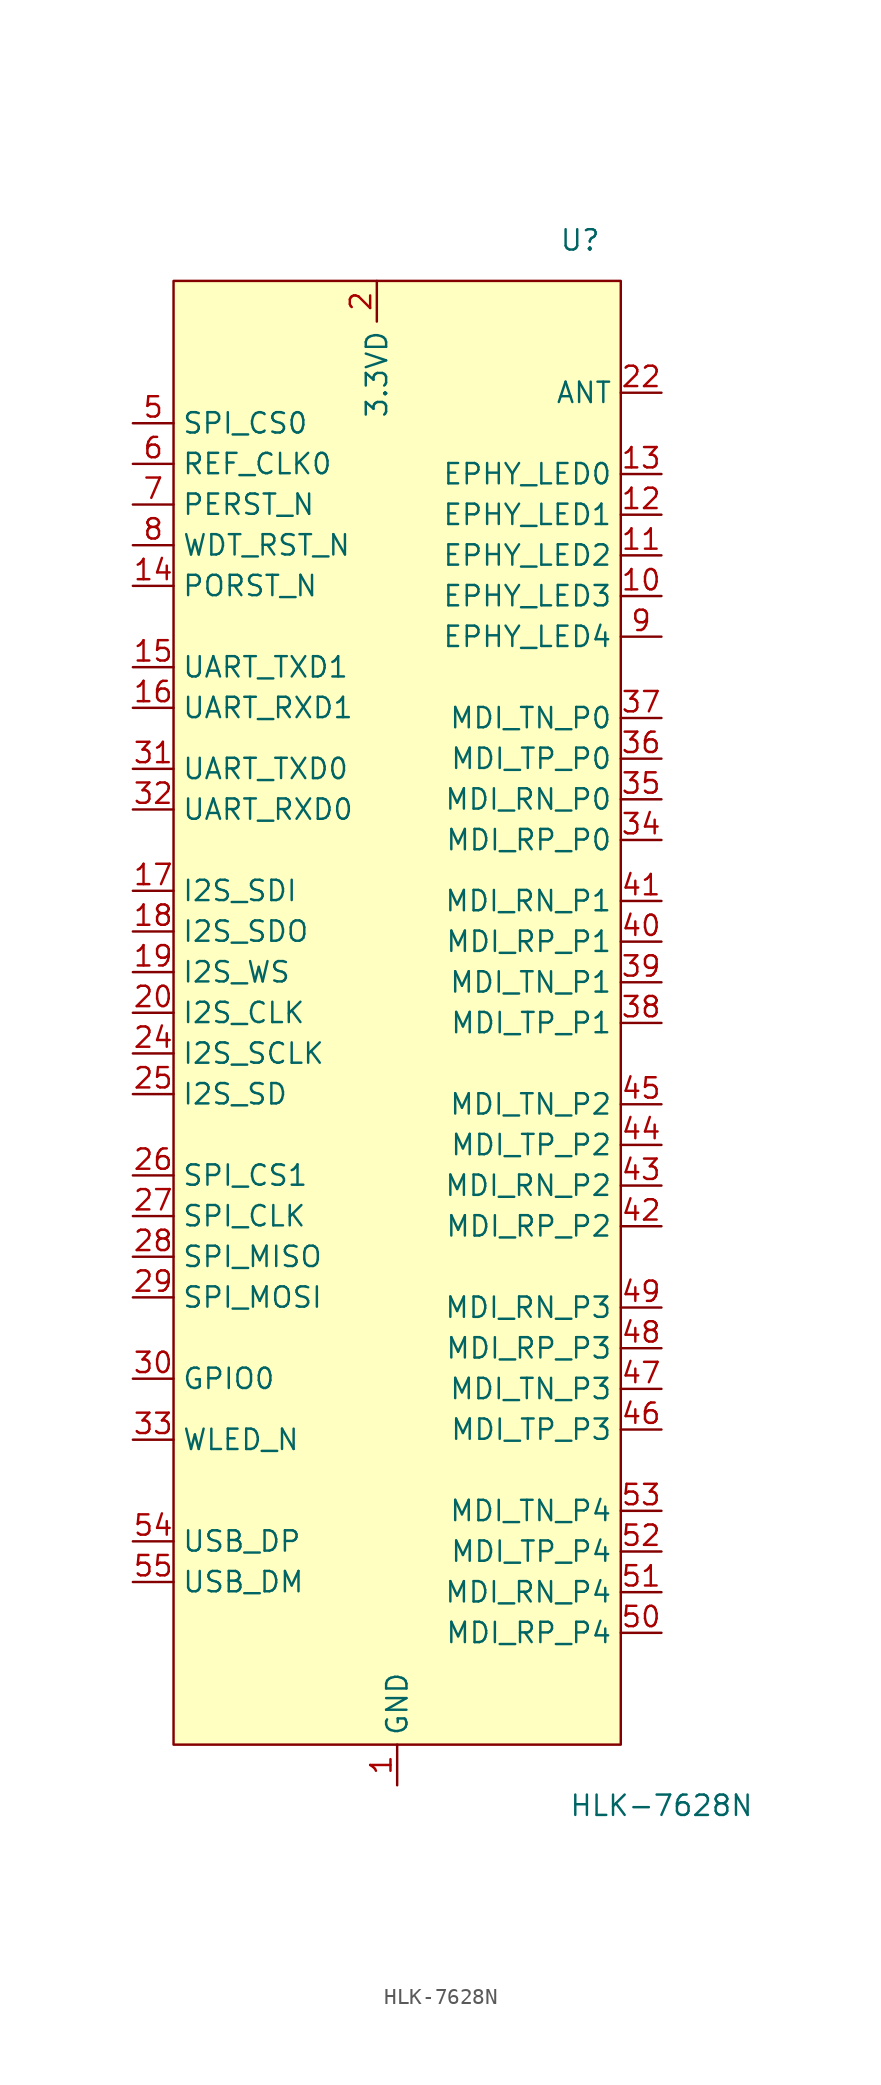
<source format=kicad_sym>
(kicad_symbol_lib
  (version 20231120)
  (generator "kicad_symbol_editor")
  (generator_version "8.0")
  (symbol "HLK-7628N"
    (property "Reference" "U"
      (at 11.43 48.26 0)
      (effects (font (size 1.27 1.27))))
    (property "Value" "HLK-7628N"
      (at 16.51 -49.53 0)
      (effects (font (size 1.27 1.27))))
    (symbol "HLK-7628N_1_1"
      (rectangle (start -13.97 45.72) (end 13.97 -45.72) (stroke (width 0) (type default)) (fill (type background)))
      (pin power_in line (at 0 -48.26 90) (length 2.54) (name "GND" (effects (font (size 1.27 1.27)))) (number "1" (effects (font (size 1.27 1.27)))))
      (pin bidirectional line (at 16.51 26.035 180) (length 2.54) (name "EPHY_LED3" (effects (font (size 1.27 1.27)))) (number "10" (effects (font (size 1.27 1.27)))))
      (pin bidirectional line (at 16.51 28.575 180) (length 2.54) (name "EPHY_LED2" (effects (font (size 1.27 1.27)))) (number "11" (effects (font (size 1.27 1.27)))))
      (pin bidirectional line (at 16.51 31.115 180) (length 2.54) (name "EPHY_LED1" (effects (font (size 1.27 1.27)))) (number "12" (effects (font (size 1.27 1.27)))))
      (pin bidirectional line (at 16.51 33.655 180) (length 2.54) (name "EPHY_LED0" (effects (font (size 1.27 1.27)))) (number "13" (effects (font (size 1.27 1.27)))))
      (pin bidirectional line (at -16.51 26.67 0) (length 2.54) (name "PORST_N" (effects (font (size 1.27 1.27)))) (number "14" (effects (font (size 1.27 1.27)))))
      (pin output line (at -16.51 21.59 0) (length 2.54) (name "UART_TXD1" (effects (font (size 1.27 1.27)))) (number "15" (effects (font (size 1.27 1.27)))))
      (pin bidirectional line (at -16.51 19.05 0) (length 2.54) (name "UART_RXD1" (effects (font (size 1.27 1.27)))) (number "16" (effects (font (size 1.27 1.27)))))
      (pin bidirectional line (at -16.51 7.62 0) (length 2.54) (name "I2S_SDI" (effects (font (size 1.27 1.27)))) (number "17" (effects (font (size 1.27 1.27)))))
      (pin bidirectional line (at -16.51 5.08 0) (length 2.54) (name "I2S_SDO" (effects (font (size 1.27 1.27)))) (number "18" (effects (font (size 1.27 1.27)))))
      (pin bidirectional line (at -16.51 2.54 0) (length 2.54) (name "I2S_WS" (effects (font (size 1.27 1.27)))) (number "19" (effects (font (size 1.27 1.27)))))
      (pin power_in line (at -1.27 45.72 270) (length 2.54) (name "3.3VD" (effects (font (size 1.27 1.27)))) (number "2" (effects (font (size 1.27 1.27)))))
      (pin bidirectional line (at -16.51 0 0) (length 2.54) (name "I2S_CLK" (effects (font (size 1.27 1.27)))) (number "20" (effects (font (size 1.27 1.27)))))
      (pin power_in line (at 0 -48.26 90) (length 2.54) hide (name "GND" (effects (font (size 1.27 1.27)))) (number "21" (effects (font (size 1.27 1.27)))))
      (pin bidirectional line (at 16.51 38.735 180) (length 2.54) (name "ANT" (effects (font (size 1.27 1.27)))) (number "22" (effects (font (size 1.27 1.27)))))
      (pin power_in line (at 0 -48.26 90) (length 2.54) hide (name "GND" (effects (font (size 1.27 1.27)))) (number "23" (effects (font (size 1.27 1.27)))))
      (pin bidirectional line (at -16.51 -2.54 0) (length 2.54) (name "I2S_SCLK" (effects (font (size 1.27 1.27)))) (number "24" (effects (font (size 1.27 1.27)))))
      (pin bidirectional line (at -16.51 -5.08 0) (length 2.54) (name "I2S_SD" (effects (font (size 1.27 1.27)))) (number "25" (effects (font (size 1.27 1.27)))))
      (pin bidirectional line (at -16.51 -10.16 0) (length 2.54) (name "SPI_CS1" (effects (font (size 1.27 1.27)))) (number "26" (effects (font (size 1.27 1.27)))))
      (pin bidirectional line (at -16.51 -12.7 0) (length 2.54) (name "SPI_CLK" (effects (font (size 1.27 1.27)))) (number "27" (effects (font (size 1.27 1.27)))))
      (pin bidirectional line (at -16.51 -15.24 0) (length 2.54) (name "SPI_MISO" (effects (font (size 1.27 1.27)))) (number "28" (effects (font (size 1.27 1.27)))))
      (pin bidirectional line (at -16.51 -17.78 0) (length 2.54) (name "SPI_MOSI" (effects (font (size 1.27 1.27)))) (number "29" (effects (font (size 1.27 1.27)))))
      (pin power_in line (at -1.27 45.72 270) (length 2.54) hide (name "3.3VD" (effects (font (size 1.27 1.27)))) (number "3" (effects (font (size 1.27 1.27)))))
      (pin bidirectional line (at -16.51 -22.86 0) (length 2.54) (name "GPIO0" (effects (font (size 1.27 1.27)))) (number "30" (effects (font (size 1.27 1.27)))))
      (pin output line (at -16.51 15.24 0) (length 2.54) (name "UART_TXD0" (effects (font (size 1.27 1.27)))) (number "31" (effects (font (size 1.27 1.27)))))
      (pin bidirectional line (at -16.51 12.7 0) (length 2.54) (name "UART_RXD0" (effects (font (size 1.27 1.27)))) (number "32" (effects (font (size 1.27 1.27)))))
      (pin bidirectional line (at -16.51 -26.67 0) (length 2.54) (name "WLED_N" (effects (font (size 1.27 1.27)))) (number "33" (effects (font (size 1.27 1.27)))))
      (pin bidirectional line (at 16.51 10.795 180) (length 2.54) (name "MDI_RP_P0" (effects (font (size 1.27 1.27)))) (number "34" (effects (font (size 1.27 1.27)))))
      (pin bidirectional line (at 16.51 13.335 180) (length 2.54) (name "MDI_RN_P0" (effects (font (size 1.27 1.27)))) (number "35" (effects (font (size 1.27 1.27)))))
      (pin bidirectional line (at 16.51 15.875 180) (length 2.54) (name "MDI_TP_P0" (effects (font (size 1.27 1.27)))) (number "36" (effects (font (size 1.27 1.27)))))
      (pin bidirectional line (at 16.51 18.415 180) (length 2.54) (name "MDI_TN_P0" (effects (font (size 1.27 1.27)))) (number "37" (effects (font (size 1.27 1.27)))))
      (pin bidirectional line (at 16.51 -0.635 180) (length 2.54) (name "MDI_TP_P1" (effects (font (size 1.27 1.27)))) (number "38" (effects (font (size 1.27 1.27)))))
      (pin bidirectional line (at 16.51 1.905 180) (length 2.54) (name "MDI_TN_P1" (effects (font (size 1.27 1.27)))) (number "39" (effects (font (size 1.27 1.27)))))
      (pin power_in line (at 0 -48.26 90) (length 2.54) hide (name "GND" (effects (font (size 1.27 1.27)))) (number "4" (effects (font (size 1.27 1.27)))))
      (pin bidirectional line (at 16.51 4.445 180) (length 2.54) (name "MDI_RP_P1" (effects (font (size 1.27 1.27)))) (number "40" (effects (font (size 1.27 1.27)))))
      (pin bidirectional line (at 16.51 6.985 180) (length 2.54) (name "MDI_RN_P1" (effects (font (size 1.27 1.27)))) (number "41" (effects (font (size 1.27 1.27)))))
      (pin bidirectional line (at 16.51 -13.335 180) (length 2.54) (name "MDI_RP_P2" (effects (font (size 1.27 1.27)))) (number "42" (effects (font (size 1.27 1.27)))))
      (pin bidirectional line (at 16.51 -10.795 180) (length 2.54) (name "MDI_RN_P2" (effects (font (size 1.27 1.27)))) (number "43" (effects (font (size 1.27 1.27)))))
      (pin bidirectional line (at 16.51 -8.255 180) (length 2.54) (name "MDI_TP_P2" (effects (font (size 1.27 1.27)))) (number "44" (effects (font (size 1.27 1.27)))))
      (pin bidirectional line (at 16.51 -5.715 180) (length 2.54) (name "MDI_TN_P2" (effects (font (size 1.27 1.27)))) (number "45" (effects (font (size 1.27 1.27)))))
      (pin bidirectional line (at 16.51 -26.035 180) (length 2.54) (name "MDI_TP_P3" (effects (font (size 1.27 1.27)))) (number "46" (effects (font (size 1.27 1.27)))))
      (pin bidirectional line (at 16.51 -23.495 180) (length 2.54) (name "MDI_TN_P3" (effects (font (size 1.27 1.27)))) (number "47" (effects (font (size 1.27 1.27)))))
      (pin bidirectional line (at 16.51 -20.955 180) (length 2.54) (name "MDI_RP_P3" (effects (font (size 1.27 1.27)))) (number "48" (effects (font (size 1.27 1.27)))))
      (pin bidirectional line (at 16.51 -18.415 180) (length 2.54) (name "MDI_RN_P3" (effects (font (size 1.27 1.27)))) (number "49" (effects (font (size 1.27 1.27)))))
      (pin bidirectional line (at -16.51 36.83 0) (length 2.54) (name "SPI_CS0" (effects (font (size 1.27 1.27)))) (number "5" (effects (font (size 1.27 1.27)))))
      (pin bidirectional line (at 16.51 -38.735 180) (length 2.54) (name "MDI_RP_P4" (effects (font (size 1.27 1.27)))) (number "50" (effects (font (size 1.27 1.27)))))
      (pin bidirectional line (at 16.51 -36.195 180) (length 2.54) (name "MDI_RN_P4" (effects (font (size 1.27 1.27)))) (number "51" (effects (font (size 1.27 1.27)))))
      (pin bidirectional line (at 16.51 -33.655 180) (length 2.54) (name "MDI_TP_P4" (effects (font (size 1.27 1.27)))) (number "52" (effects (font (size 1.27 1.27)))))
      (pin bidirectional line (at 16.51 -31.115 180) (length 2.54) (name "MDI_TN_P4" (effects (font (size 1.27 1.27)))) (number "53" (effects (font (size 1.27 1.27)))))
      (pin bidirectional line (at -16.51 -33.02 0) (length 2.54) (name "USB_DP" (effects (font (size 1.27 1.27)))) (number "54" (effects (font (size 1.27 1.27)))))
      (pin bidirectional line (at -16.51 -35.56 0) (length 2.54) (name "USB_DM" (effects (font (size 1.27 1.27)))) (number "55" (effects (font (size 1.27 1.27)))))
      (pin power_in line (at 0 -48.26 90) (length 2.54) hide (name "GND" (effects (font (size 1.27 1.27)))) (number "56" (effects (font (size 1.27 1.27)))))
      (pin power_in line (at 0 -48.26 90) (length 2.54) hide (name "GND" (effects (font (size 1.27 1.27)))) (number "57" (effects (font (size 1.27 1.27)))))
      (pin power_in line (at 0 -48.26 90) (length 2.54) hide (name "GND" (effects (font (size 1.27 1.27)))) (number "58" (effects (font (size 1.27 1.27)))))
      (pin power_in line (at 0 -48.26 90) (length 2.54) hide (name "GND" (effects (font (size 1.27 1.27)))) (number "59" (effects (font (size 1.27 1.27)))))
      (pin bidirectional line (at -16.51 34.29 0) (length 2.54) (name "REF_CLK0" (effects (font (size 1.27 1.27)))) (number "6" (effects (font (size 1.27 1.27)))))
      (pin bidirectional line (at -16.51 31.75 0) (length 2.54) (name "PERST_N" (effects (font (size 1.27 1.27)))) (number "7" (effects (font (size 1.27 1.27)))))
      (pin bidirectional line (at -16.51 29.21 0) (length 2.54) (name "WDT_RST_N" (effects (font (size 1.27 1.27)))) (number "8" (effects (font (size 1.27 1.27)))))
      (pin bidirectional line (at 16.51 23.495 180) (length 2.54) (name "EPHY_LED4" (effects (font (size 1.27 1.27)))) (number "9" (effects (font (size 1.27 1.27))))))))
</source>
